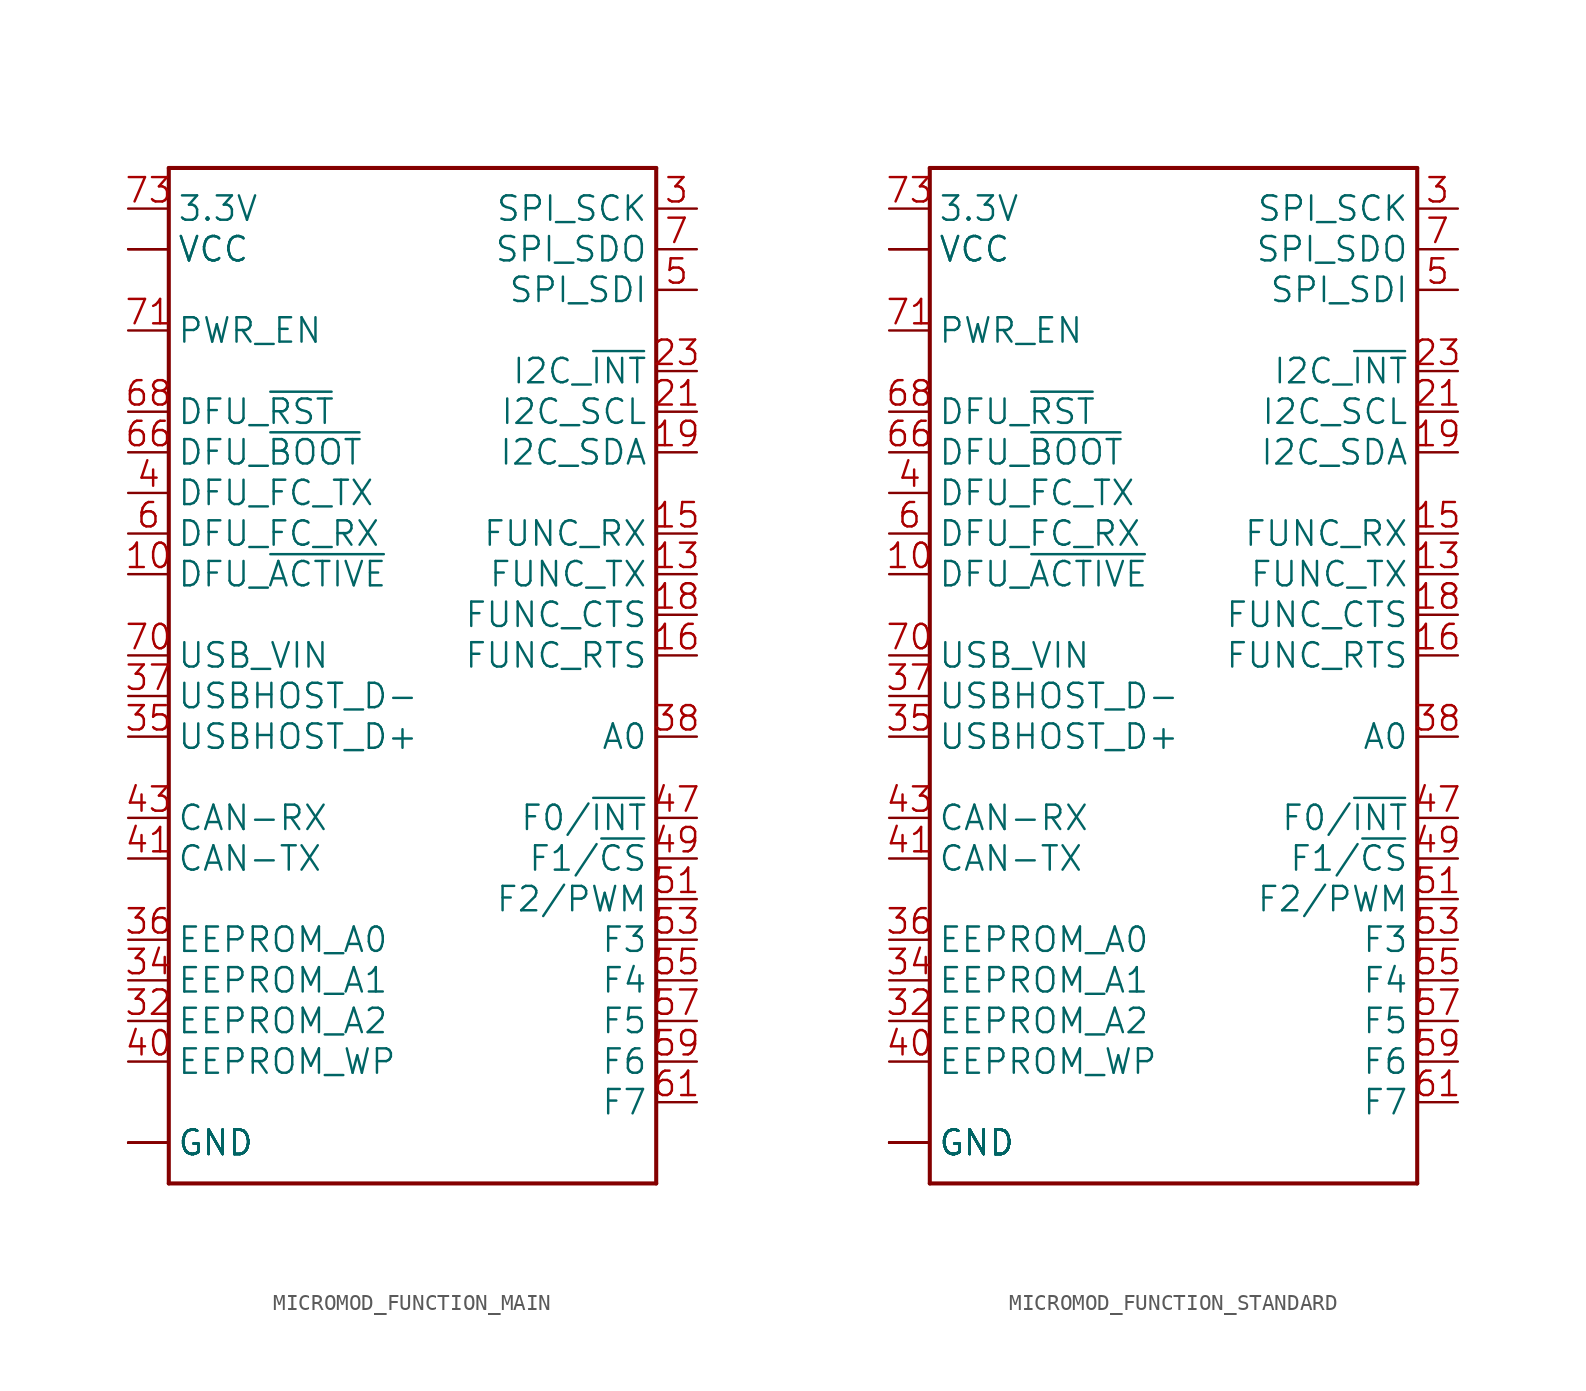
<source format=kicad_sym>
(kicad_symbol_lib
  (version 20241209)
  (generator "kicad_symbol_editor")
  (generator_version "9.0")
  (symbol "MICROMOD_FUNCTION_MAIN"
    (property "Reference" "J"
      (at -15.24 28.448 0)
      (effects (font (size 1.778 1.511)) (justify left bottom) (hide yes)))
    (property "ki_locked" ""
      (at 0 0 0)
      (effects (font (size 1.27 1.27))))
    (symbol "MICROMOD_FUNCTION_MAIN_1_0"
      (polyline (pts (xy -15.24 27.94) (xy 15.24 27.94)) (stroke (width 0.254) (type solid)) (fill (type none)))
      (polyline (pts (xy -15.24 -35.56) (xy -15.24 27.94)) (stroke (width 0.254) (type solid)) (fill (type none)))
      (polyline (pts (xy 15.24 27.94) (xy 15.24 -35.56)) (stroke (width 0.254) (type solid)) (fill (type none)))
      (polyline (pts (xy 15.24 -35.56) (xy -15.24 -35.56)) (stroke (width 0.254) (type solid)) (fill (type none)))
      (pin bidirectional line (at -17.78 25.4 0) (length 2.54) (name "3.3V" (effects (font (size 1.524 1.524)))) (number "73" (effects (font (size 1.524 1.524)))))
      (pin bidirectional line (at -17.78 22.86 0) (length 2.54) (name "VCC" (effects (font (size 1.524 1.524)))) (number "72" (effects (font (size 0 0)))))
      (pin bidirectional line (at -17.78 22.86 0) (length 2.54) (name "VCC" (effects (font (size 1.524 1.524)))) (number "74" (effects (font (size 0 0)))))
      (pin bidirectional line (at -17.78 17.78 0) (length 2.54) (name "PWR_EN" (effects (font (size 1.524 1.524)))) (number "71" (effects (font (size 1.524 1.524)))))
      (pin bidirectional line (at -17.78 12.7 0) (length 2.54) (name "DFU_~{RST}" (effects (font (size 1.524 1.524)))) (number "68" (effects (font (size 1.524 1.524)))))
      (pin bidirectional line (at -17.78 10.16 0) (length 2.54) (name "DFU_~{BOOT}" (effects (font (size 1.524 1.524)))) (number "66" (effects (font (size 1.524 1.524)))))
      (pin bidirectional line (at -17.78 7.62 0) (length 2.54) (name "DFU_FC_TX" (effects (font (size 1.524 1.524)))) (number "4" (effects (font (size 1.524 1.524)))))
      (pin bidirectional line (at -17.78 5.08 0) (length 2.54) (name "DFU_FC_RX" (effects (font (size 1.524 1.524)))) (number "6" (effects (font (size 1.524 1.524)))))
      (pin bidirectional line (at -17.78 2.54 0) (length 2.54) (name "DFU_~{ACTIVE}" (effects (font (size 1.524 1.524)))) (number "10" (effects (font (size 1.524 1.524)))))
      (pin bidirectional line (at -17.78 -2.54 0) (length 2.54) (name "USB_VIN" (effects (font (size 1.524 1.524)))) (number "70" (effects (font (size 1.524 1.524)))))
      (pin bidirectional line (at -17.78 -5.08 0) (length 2.54) (name "USBHOST_D-" (effects (font (size 1.524 1.524)))) (number "37" (effects (font (size 1.524 1.524)))))
      (pin bidirectional line (at -17.78 -7.62 0) (length 2.54) (name "USBHOST_D+" (effects (font (size 1.524 1.524)))) (number "35" (effects (font (size 1.524 1.524)))))
      (pin bidirectional line (at -17.78 -12.7 0) (length 2.54) (name "CAN-RX" (effects (font (size 1.524 1.524)))) (number "43" (effects (font (size 1.524 1.524)))))
      (pin bidirectional line (at -17.78 -15.24 0) (length 2.54) (name "CAN-TX" (effects (font (size 1.524 1.524)))) (number "41" (effects (font (size 1.524 1.524)))))
      (pin bidirectional line (at -17.78 -20.32 0) (length 2.54) (name "EEPROM_A0" (effects (font (size 1.524 1.524)))) (number "36" (effects (font (size 1.524 1.524)))))
      (pin bidirectional line (at -17.78 -22.86 0) (length 2.54) (name "EEPROM_A1" (effects (font (size 1.524 1.524)))) (number "34" (effects (font (size 1.524 1.524)))))
      (pin bidirectional line (at -17.78 -25.4 0) (length 2.54) (name "EEPROM_A2" (effects (font (size 1.524 1.524)))) (number "32" (effects (font (size 1.524 1.524)))))
      (pin bidirectional line (at -17.78 -27.94 0) (length 2.54) (name "EEPROM_WP" (effects (font (size 1.524 1.524)))) (number "40" (effects (font (size 1.524 1.524)))))
      (pin bidirectional line (at -17.78 -33.02 0) (length 2.54) (name "GND" (effects (font (size 1.524 1.524)))) (number "1" (effects (font (size 0 0)))))
      (pin bidirectional line (at -17.78 -33.02 0) (length 2.54) (name "GND" (effects (font (size 1.524 1.524)))) (number "2" (effects (font (size 0 0)))))
      (pin bidirectional line (at -17.78 -33.02 0) (length 2.54) (name "GND" (effects (font (size 1.524 1.524)))) (number "33" (effects (font (size 0 0)))))
      (pin bidirectional line (at -17.78 -33.02 0) (length 2.54) (name "GND" (effects (font (size 1.524 1.524)))) (number "39" (effects (font (size 0 0)))))
      (pin bidirectional line (at -17.78 -33.02 0) (length 2.54) (name "GND" (effects (font (size 1.524 1.524)))) (number "45" (effects (font (size 0 0)))))
      (pin bidirectional line (at -17.78 -33.02 0) (length 2.54) (name "GND" (effects (font (size 1.524 1.524)))) (number "75" (effects (font (size 0 0)))))
      (pin bidirectional line (at -17.78 -33.02 0) (length 2.54) (name "GND" (effects (font (size 1.524 1.524)))) (number "8" (effects (font (size 0 0)))))
      (pin bidirectional line (at 17.78 25.4 180) (length 2.54) (name "SPI_SCK" (effects (font (size 1.524 1.524)))) (number "3" (effects (font (size 1.524 1.524)))))
      (pin bidirectional line (at 17.78 22.86 180) (length 2.54) (name "SPI_SDO" (effects (font (size 1.524 1.524)))) (number "7" (effects (font (size 1.524 1.524)))))
      (pin bidirectional line (at 17.78 20.32 180) (length 2.54) (name "SPI_SDI" (effects (font (size 1.524 1.524)))) (number "5" (effects (font (size 1.524 1.524)))))
      (pin bidirectional line (at 17.78 15.24 180) (length 2.54) (name "I2C_~{INT}" (effects (font (size 1.524 1.524)))) (number "23" (effects (font (size 1.524 1.524)))))
      (pin bidirectional line (at 17.78 12.7 180) (length 2.54) (name "I2C_SCL" (effects (font (size 1.524 1.524)))) (number "21" (effects (font (size 1.524 1.524)))))
      (pin bidirectional line (at 17.78 10.16 180) (length 2.54) (name "I2C_SDA" (effects (font (size 1.524 1.524)))) (number "19" (effects (font (size 1.524 1.524)))))
      (pin bidirectional line (at 17.78 5.08 180) (length 2.54) (name "FUNC_RX" (effects (font (size 1.524 1.524)))) (number "15" (effects (font (size 1.524 1.524)))))
      (pin bidirectional line (at 17.78 2.54 180) (length 2.54) (name "FUNC_TX" (effects (font (size 1.524 1.524)))) (number "13" (effects (font (size 1.524 1.524)))))
      (pin bidirectional line (at 17.78 0 180) (length 2.54) (name "FUNC_CTS" (effects (font (size 1.524 1.524)))) (number "18" (effects (font (size 1.524 1.524)))))
      (pin bidirectional line (at 17.78 -2.54 180) (length 2.54) (name "FUNC_RTS" (effects (font (size 1.524 1.524)))) (number "16" (effects (font (size 1.524 1.524)))))
      (pin bidirectional line (at 17.78 -7.62 180) (length 2.54) (name "A0" (effects (font (size 1.524 1.524)))) (number "38" (effects (font (size 1.524 1.524)))))
      (pin bidirectional line (at 17.78 -12.7 180) (length 2.54) (name "F0/~{INT}" (effects (font (size 1.524 1.524)))) (number "47" (effects (font (size 1.524 1.524)))))
      (pin bidirectional line (at 17.78 -15.24 180) (length 2.54) (name "F1/~{CS}" (effects (font (size 1.524 1.524)))) (number "49" (effects (font (size 1.524 1.524)))))
      (pin bidirectional line (at 17.78 -17.78 180) (length 2.54) (name "F2/PWM" (effects (font (size 1.524 1.524)))) (number "51" (effects (font (size 1.524 1.524)))))
      (pin bidirectional line (at 17.78 -20.32 180) (length 2.54) (name "F3" (effects (font (size 1.524 1.524)))) (number "53" (effects (font (size 1.524 1.524)))))
      (pin bidirectional line (at 17.78 -22.86 180) (length 2.54) (name "F4" (effects (font (size 1.524 1.524)))) (number "55" (effects (font (size 1.524 1.524)))))
      (pin bidirectional line (at 17.78 -25.4 180) (length 2.54) (name "F5" (effects (font (size 1.524 1.524)))) (number "57" (effects (font (size 1.524 1.524)))))
      (pin bidirectional line (at 17.78 -27.94 180) (length 2.54) (name "F6" (effects (font (size 1.524 1.524)))) (number "59" (effects (font (size 1.524 1.524)))))
      (pin bidirectional line (at 17.78 -30.48 180) (length 2.54) (name "F7" (effects (font (size 1.524 1.524)))) (number "61" (effects (font (size 1.524 1.524)))))))
  (symbol "MICROMOD_FUNCTION_STANDARD"
    (property "Reference" "J"
      (at -15.24 28.448 0)
      (effects (font (size 1.778 1.511)) (justify left bottom) (hide yes)))
    (property "ki_locked" ""
      (at 0 0 0)
      (effects (font (size 1.27 1.27))))
    (symbol "MICROMOD_FUNCTION_STANDARD_1_0"
      (polyline (pts (xy -15.24 27.94) (xy 15.24 27.94)) (stroke (width 0.254) (type solid)) (fill (type none)))
      (polyline (pts (xy -15.24 -35.56) (xy -15.24 27.94)) (stroke (width 0.254) (type solid)) (fill (type none)))
      (polyline (pts (xy 15.24 27.94) (xy 15.24 -35.56)) (stroke (width 0.254) (type solid)) (fill (type none)))
      (polyline (pts (xy 15.24 -35.56) (xy -15.24 -35.56)) (stroke (width 0.254) (type solid)) (fill (type none)))
      (pin bidirectional line (at -17.78 25.4 0) (length 2.54) (name "3.3V" (effects (font (size 1.524 1.524)))) (number "73" (effects (font (size 1.524 1.524)))))
      (pin bidirectional line (at -17.78 22.86 0) (length 2.54) (name "VCC" (effects (font (size 1.524 1.524)))) (number "72" (effects (font (size 0 0)))))
      (pin bidirectional line (at -17.78 22.86 0) (length 2.54) (name "VCC" (effects (font (size 1.524 1.524)))) (number "74" (effects (font (size 0 0)))))
      (pin bidirectional line (at -17.78 17.78 0) (length 2.54) (name "PWR_EN" (effects (font (size 1.524 1.524)))) (number "71" (effects (font (size 1.524 1.524)))))
      (pin bidirectional line (at -17.78 12.7 0) (length 2.54) (name "DFU_~{RST}" (effects (font (size 1.524 1.524)))) (number "68" (effects (font (size 1.524 1.524)))))
      (pin bidirectional line (at -17.78 10.16 0) (length 2.54) (name "DFU_~{BOOT}" (effects (font (size 1.524 1.524)))) (number "66" (effects (font (size 1.524 1.524)))))
      (pin bidirectional line (at -17.78 7.62 0) (length 2.54) (name "DFU_FC_TX" (effects (font (size 1.524 1.524)))) (number "4" (effects (font (size 1.524 1.524)))))
      (pin bidirectional line (at -17.78 5.08 0) (length 2.54) (name "DFU_FC_RX" (effects (font (size 1.524 1.524)))) (number "6" (effects (font (size 1.524 1.524)))))
      (pin bidirectional line (at -17.78 2.54 0) (length 2.54) (name "DFU_~{ACTIVE}" (effects (font (size 1.524 1.524)))) (number "10" (effects (font (size 1.524 1.524)))))
      (pin bidirectional line (at -17.78 -2.54 0) (length 2.54) (name "USB_VIN" (effects (font (size 1.524 1.524)))) (number "70" (effects (font (size 1.524 1.524)))))
      (pin bidirectional line (at -17.78 -5.08 0) (length 2.54) (name "USBHOST_D-" (effects (font (size 1.524 1.524)))) (number "37" (effects (font (size 1.524 1.524)))))
      (pin bidirectional line (at -17.78 -7.62 0) (length 2.54) (name "USBHOST_D+" (effects (font (size 1.524 1.524)))) (number "35" (effects (font (size 1.524 1.524)))))
      (pin bidirectional line (at -17.78 -12.7 0) (length 2.54) (name "CAN-RX" (effects (font (size 1.524 1.524)))) (number "43" (effects (font (size 1.524 1.524)))))
      (pin bidirectional line (at -17.78 -15.24 0) (length 2.54) (name "CAN-TX" (effects (font (size 1.524 1.524)))) (number "41" (effects (font (size 1.524 1.524)))))
      (pin bidirectional line (at -17.78 -20.32 0) (length 2.54) (name "EEPROM_A0" (effects (font (size 1.524 1.524)))) (number "36" (effects (font (size 1.524 1.524)))))
      (pin bidirectional line (at -17.78 -22.86 0) (length 2.54) (name "EEPROM_A1" (effects (font (size 1.524 1.524)))) (number "34" (effects (font (size 1.524 1.524)))))
      (pin bidirectional line (at -17.78 -25.4 0) (length 2.54) (name "EEPROM_A2" (effects (font (size 1.524 1.524)))) (number "32" (effects (font (size 1.524 1.524)))))
      (pin bidirectional line (at -17.78 -27.94 0) (length 2.54) (name "EEPROM_WP" (effects (font (size 1.524 1.524)))) (number "40" (effects (font (size 1.524 1.524)))))
      (pin bidirectional line (at -17.78 -33.02 0) (length 2.54) (name "GND" (effects (font (size 1.524 1.524)))) (number "1" (effects (font (size 0 0)))))
      (pin bidirectional line (at -17.78 -33.02 0) (length 2.54) (name "GND" (effects (font (size 1.524 1.524)))) (number "2" (effects (font (size 0 0)))))
      (pin bidirectional line (at -17.78 -33.02 0) (length 2.54) (name "GND" (effects (font (size 1.524 1.524)))) (number "33" (effects (font (size 0 0)))))
      (pin bidirectional line (at -17.78 -33.02 0) (length 2.54) (name "GND" (effects (font (size 1.524 1.524)))) (number "39" (effects (font (size 0 0)))))
      (pin bidirectional line (at -17.78 -33.02 0) (length 2.54) (name "GND" (effects (font (size 1.524 1.524)))) (number "45" (effects (font (size 0 0)))))
      (pin bidirectional line (at -17.78 -33.02 0) (length 2.54) (name "GND" (effects (font (size 1.524 1.524)))) (number "75" (effects (font (size 0 0)))))
      (pin bidirectional line (at -17.78 -33.02 0) (length 2.54) (name "GND" (effects (font (size 1.524 1.524)))) (number "8" (effects (font (size 0 0)))))
      (pin bidirectional line (at -17.78 -33.02 0) (length 2.54) (name "GND" (effects (font (size 1.524 1.524)))) (number "GND1" (effects (font (size 0 0)))))
      (pin bidirectional line (at -17.78 -33.02 0) (length 2.54) (name "GND" (effects (font (size 1.524 1.524)))) (number "GND2" (effects (font (size 0 0)))))
      (pin bidirectional line (at -17.78 -33.02 0) (length 2.54) (name "GND" (effects (font (size 1.524 1.524)))) (number "GND3" (effects (font (size 0 0)))))
      (pin bidirectional line (at -17.78 -33.02 0) (length 2.54) (name "GND" (effects (font (size 1.524 1.524)))) (number "GND4" (effects (font (size 0 0)))))
      (pin bidirectional line (at -17.78 -33.02 0) (length 2.54) (name "GND" (effects (font (size 1.524 1.524)))) (number "GND5" (effects (font (size 0 0)))))
      (pin bidirectional line (at -17.78 -33.02 0) (length 2.54) (name "GND" (effects (font (size 1.524 1.524)))) (number "GND6" (effects (font (size 0 0)))))
      (pin bidirectional line (at 17.78 25.4 180) (length 2.54) (name "SPI_SCK" (effects (font (size 1.524 1.524)))) (number "3" (effects (font (size 1.524 1.524)))))
      (pin bidirectional line (at 17.78 22.86 180) (length 2.54) (name "SPI_SDO" (effects (font (size 1.524 1.524)))) (number "7" (effects (font (size 1.524 1.524)))))
      (pin bidirectional line (at 17.78 20.32 180) (length 2.54) (name "SPI_SDI" (effects (font (size 1.524 1.524)))) (number "5" (effects (font (size 1.524 1.524)))))
      (pin bidirectional line (at 17.78 15.24 180) (length 2.54) (name "I2C_~{INT}" (effects (font (size 1.524 1.524)))) (number "23" (effects (font (size 1.524 1.524)))))
      (pin bidirectional line (at 17.78 12.7 180) (length 2.54) (name "I2C_SCL" (effects (font (size 1.524 1.524)))) (number "21" (effects (font (size 1.524 1.524)))))
      (pin bidirectional line (at 17.78 10.16 180) (length 2.54) (name "I2C_SDA" (effects (font (size 1.524 1.524)))) (number "19" (effects (font (size 1.524 1.524)))))
      (pin bidirectional line (at 17.78 5.08 180) (length 2.54) (name "FUNC_RX" (effects (font (size 1.524 1.524)))) (number "15" (effects (font (size 1.524 1.524)))))
      (pin bidirectional line (at 17.78 2.54 180) (length 2.54) (name "FUNC_TX" (effects (font (size 1.524 1.524)))) (number "13" (effects (font (size 1.524 1.524)))))
      (pin bidirectional line (at 17.78 0 180) (length 2.54) (name "FUNC_CTS" (effects (font (size 1.524 1.524)))) (number "18" (effects (font (size 1.524 1.524)))))
      (pin bidirectional line (at 17.78 -2.54 180) (length 2.54) (name "FUNC_RTS" (effects (font (size 1.524 1.524)))) (number "16" (effects (font (size 1.524 1.524)))))
      (pin bidirectional line (at 17.78 -7.62 180) (length 2.54) (name "A0" (effects (font (size 1.524 1.524)))) (number "38" (effects (font (size 1.524 1.524)))))
      (pin bidirectional line (at 17.78 -12.7 180) (length 2.54) (name "F0/~{INT}" (effects (font (size 1.524 1.524)))) (number "47" (effects (font (size 1.524 1.524)))))
      (pin bidirectional line (at 17.78 -15.24 180) (length 2.54) (name "F1/~{CS}" (effects (font (size 1.524 1.524)))) (number "49" (effects (font (size 1.524 1.524)))))
      (pin bidirectional line (at 17.78 -17.78 180) (length 2.54) (name "F2/PWM" (effects (font (size 1.524 1.524)))) (number "51" (effects (font (size 1.524 1.524)))))
      (pin bidirectional line (at 17.78 -20.32 180) (length 2.54) (name "F3" (effects (font (size 1.524 1.524)))) (number "53" (effects (font (size 1.524 1.524)))))
      (pin bidirectional line (at 17.78 -22.86 180) (length 2.54) (name "F4" (effects (font (size 1.524 1.524)))) (number "55" (effects (font (size 1.524 1.524)))))
      (pin bidirectional line (at 17.78 -25.4 180) (length 2.54) (name "F5" (effects (font (size 1.524 1.524)))) (number "57" (effects (font (size 1.524 1.524)))))
      (pin bidirectional line (at 17.78 -27.94 180) (length 2.54) (name "F6" (effects (font (size 1.524 1.524)))) (number "59" (effects (font (size 1.524 1.524)))))
      (pin bidirectional line (at 17.78 -30.48 180) (length 2.54) (name "F7" (effects (font (size 1.524 1.524)))) (number "61" (effects (font (size 1.524 1.524))))))))
</source>
